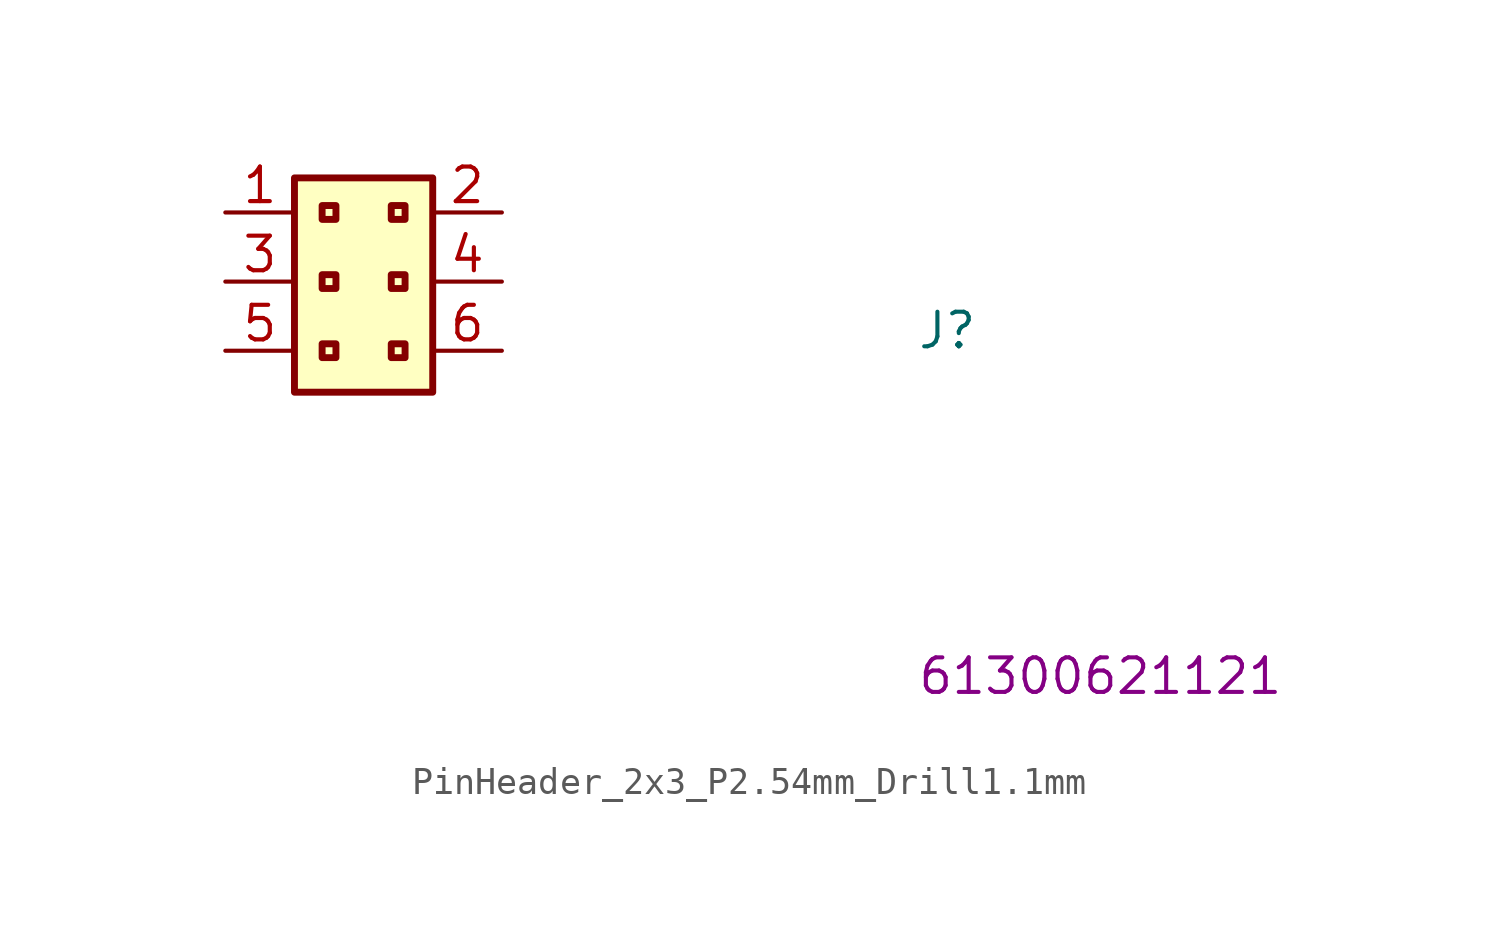
<source format=kicad_sym>
(kicad_symbol_lib
  (version 20220914)
  (generator kicad_symbol_editor)
  (symbol "PinHeader_2x3_P2.54mm_Drill1.1mm"
    (property "Reference" "J"
      (at 25.4 -5.08 0)
      (effects (font (size 1.27 1.27) (thickness 0.15)) (justify left bottom)))
    (property "MPN" "61300621121"
      (at 25.4 -17.78 0)
      (effects (font (size 1.27 1.27) (thickness 0.15)) (justify left bottom)))
    (symbol "PinHeader_2x3_P2.54mm_Drill1.1mm_1_1"
      (rectangle (start 2.54 1.27) (end 7.62 -6.604) (stroke (width 0.254) (type default)) (fill (type background)))
      (rectangle (start 3.556 -4.826) (end 4.064 -5.334) (stroke (width 0.254) (type default)) (fill (type background)))
      (rectangle (start 3.556 -2.286) (end 4.064 -2.794) (stroke (width 0.254) (type default)) (fill (type background)))
      (rectangle (start 3.556 0.254) (end 4.064 -0.254) (stroke (width 0.254) (type default)) (fill (type background)))
      (rectangle (start 6.096 -4.826) (end 6.604 -5.334) (stroke (width 0.254) (type default)) (fill (type background)))
      (rectangle (start 6.096 -2.286) (end 6.604 -2.794) (stroke (width 0.254) (type default)) (fill (type background)))
      (rectangle (start 6.096 0.254) (end 6.604 -0.254) (stroke (width 0.254) (type default)) (fill (type background)))
      (pin passive line (at 0 0 0) (length 2.54) (name "~" (effects (font (size 1.27 1.27)))) (number "1" (effects (font (size 1.27 1.27)))))
      (pin passive line (at 10.16 0 180) (length 2.54) (name "~" (effects (font (size 1.27 1.27)))) (number "2" (effects (font (size 1.27 1.27)))))
      (pin passive line (at 0 -2.54 0) (length 2.54) (name "~" (effects (font (size 1.27 1.27)))) (number "3" (effects (font (size 1.27 1.27)))))
      (pin passive line (at 10.16 -2.54 180) (length 2.54) (name "~" (effects (font (size 1.27 1.27)))) (number "4" (effects (font (size 1.27 1.27)))))
      (pin passive line (at 0 -5.08 0) (length 2.54) (name "~" (effects (font (size 1.27 1.27)))) (number "5" (effects (font (size 1.27 1.27)))))
      (pin passive line (at 10.16 -5.08 180) (length 2.54) (name "~" (effects (font (size 1.27 1.27)))) (number "6" (effects (font (size 1.27 1.27))))))))
</source>
